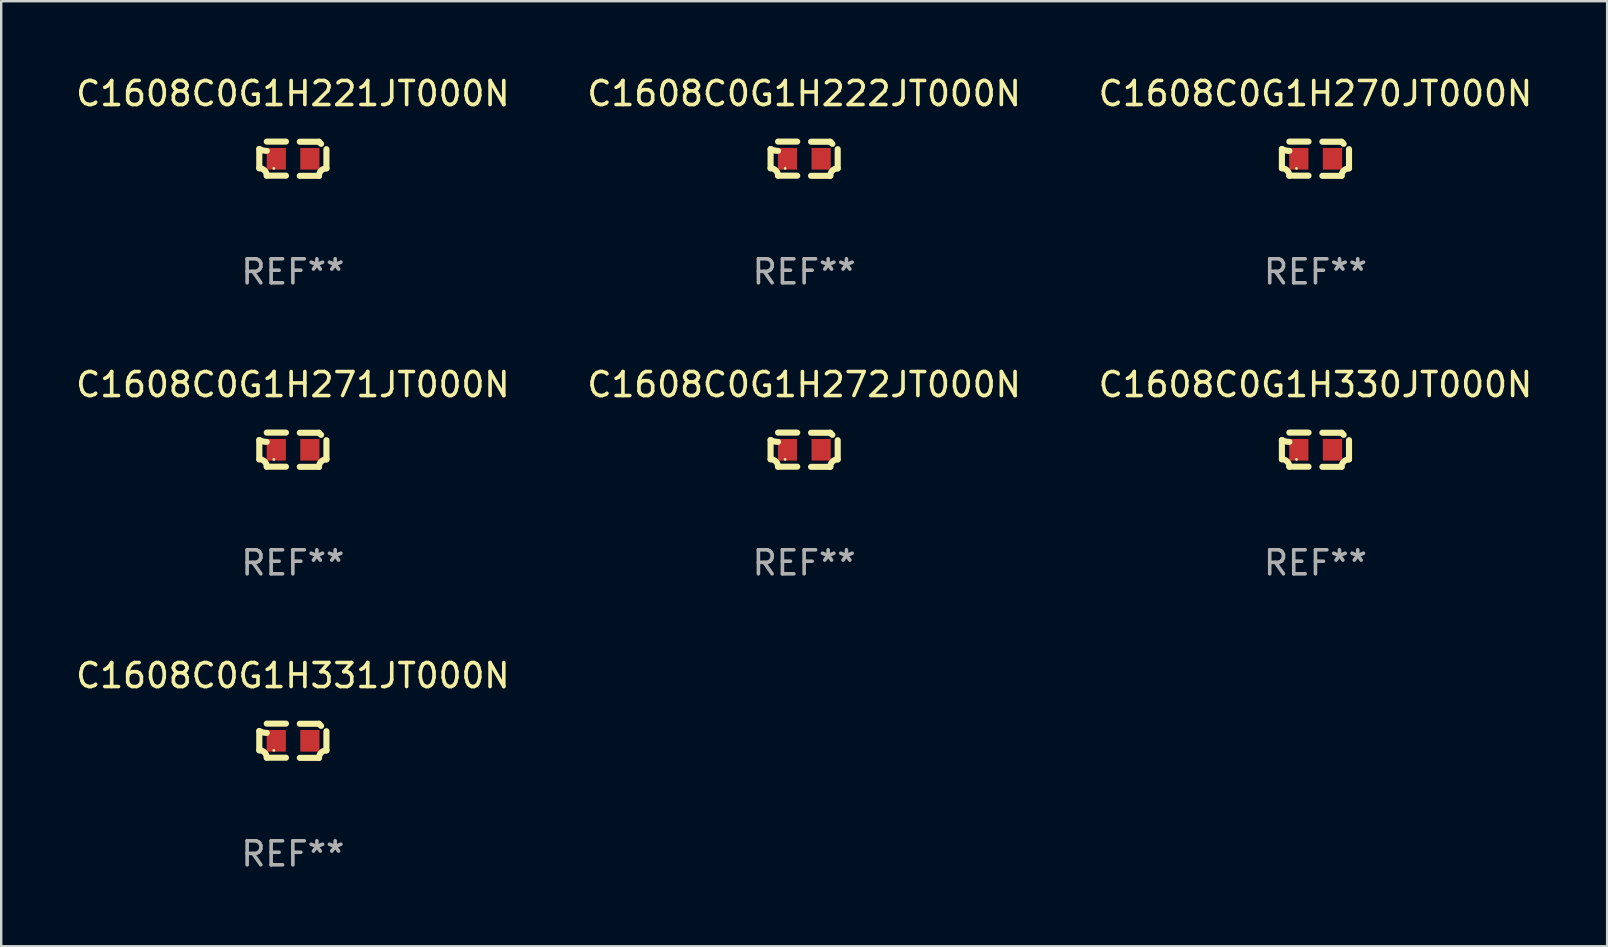
<source format=kicad_pcb>
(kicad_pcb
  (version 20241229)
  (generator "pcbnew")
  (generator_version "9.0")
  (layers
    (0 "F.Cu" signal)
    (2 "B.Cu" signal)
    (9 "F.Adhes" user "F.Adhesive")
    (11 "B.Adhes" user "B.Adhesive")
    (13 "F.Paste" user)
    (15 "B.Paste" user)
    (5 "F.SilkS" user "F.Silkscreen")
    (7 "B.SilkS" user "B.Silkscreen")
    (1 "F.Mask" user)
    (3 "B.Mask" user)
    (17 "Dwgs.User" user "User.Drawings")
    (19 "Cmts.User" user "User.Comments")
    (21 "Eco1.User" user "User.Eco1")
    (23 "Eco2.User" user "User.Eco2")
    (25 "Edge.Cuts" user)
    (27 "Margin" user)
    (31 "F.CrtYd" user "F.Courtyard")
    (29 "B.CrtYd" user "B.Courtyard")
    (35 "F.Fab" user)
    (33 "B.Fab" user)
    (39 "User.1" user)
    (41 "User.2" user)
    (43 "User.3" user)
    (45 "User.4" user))
  (footprint "C1608C0G1H331JT000N"
    (layer "F.Cu")
    (at 9.149 27.805)
    (property "Reference" "C1608C0G1H331JT000N" (at 0 -2.713 0) (layer "F.SilkS") (effects (font (size 1 1) (thickness 0.15))))
    (attr through_hole)
    (fp_line (start -1.398 -0.403) (end -1.398 0.397) (stroke (width 0.254) (type solid)) (layer "F.SilkS"))
    (fp_line (start -0.288 -0.713) (end -1.088 -0.713) (stroke (width 0.254) (type solid)) (layer "F.SilkS"))
    (fp_line (start -0.288 0.707) (end -1.088 0.707) (stroke (width 0.254) (type solid)) (layer "F.SilkS"))
    (fp_line (start 0.288 -0.707) (end 1.088 -0.707) (stroke (width 0.254) (type solid)) (layer "F.SilkS"))
    (fp_line (start 0.288 0.713) (end 1.088 0.713) (stroke (width 0.254) (type solid)) (layer "F.SilkS"))
    (fp_line (start 1.398 -0.397) (end 1.398 0.403) (stroke (width 0.254) (type solid)) (layer "F.SilkS"))
    (fp_arc (start -1.397789 0.397066) (mid -1.178701 0.487826) (end -1.08796 0.706922) (stroke (width 0.254001) (type solid)) (layer "F.SilkS"))
    (fp_arc (start -1.08796 -0.327176) (mid -1.247436 -0.346384) (end -1.39779 -0.402908) (stroke (width 0.254001) (type solid)) (layer "F.SilkS"))
    (fp_arc (start 1.087909 0.712738) (mid 1.178656 0.493655) (end 1.397739 0.402908) (stroke (width 0.254001) (type solid)) (layer "F.SilkS"))
    (fp_arc (start 1.175925 -0.618926) (mid 1.131917 -0.662923) (end 1.08791 -0.706922) (stroke (width 0.254001) (type solid)) (layer "F.SilkS"))
    (fp_circle (center -0.792 0.403) (end -0.762 0.403) (stroke (width 0.06) (type solid)) (fill no) (layer "F.SilkS"))
    (fp_text user "REF**" (at 0 4.713 0) (layer "F.Fab") (effects (font (size 1 1) (thickness 0.15))))
    (pad "1" smd rect (at -0.692 0.003) (size 0.8 0.9) (layers "F.Cu" "F.Mask" "F.Paste"))
    (pad "2" smd rect (at 0.708 0.003) (size 0.8 0.9) (layers "F.Cu" "F.Mask" "F.Paste")))
  (footprint "C1608C0G1H271JT000N"
    (layer "F.Cu")
    (at 9.149 15.683)
    (property "Reference" "C1608C0G1H271JT000N" (at 0 -2.713 0) (layer "F.SilkS") (effects (font (size 1 1) (thickness 0.15))))
    (attr through_hole)
    (fp_line (start -1.398 -0.403) (end -1.398 0.397) (stroke (width 0.254) (type solid)) (layer "F.SilkS"))
    (fp_line (start -0.288 -0.713) (end -1.088 -0.713) (stroke (width 0.254) (type solid)) (layer "F.SilkS"))
    (fp_line (start -0.288 0.707) (end -1.088 0.707) (stroke (width 0.254) (type solid)) (layer "F.SilkS"))
    (fp_line (start 0.288 -0.707) (end 1.088 -0.707) (stroke (width 0.254) (type solid)) (layer "F.SilkS"))
    (fp_line (start 0.288 0.713) (end 1.088 0.713) (stroke (width 0.254) (type solid)) (layer "F.SilkS"))
    (fp_line (start 1.398 -0.397) (end 1.398 0.403) (stroke (width 0.254) (type solid)) (layer "F.SilkS"))
    (fp_arc (start -1.397789 0.397066) (mid -1.178701 0.487826) (end -1.08796 0.706922) (stroke (width 0.254001) (type solid)) (layer "F.SilkS"))
    (fp_arc (start -1.08796 -0.327176) (mid -1.247436 -0.346384) (end -1.39779 -0.402908) (stroke (width 0.254001) (type solid)) (layer "F.SilkS"))
    (fp_arc (start 1.087909 0.712738) (mid 1.178656 0.493655) (end 1.397739 0.402908) (stroke (width 0.254001) (type solid)) (layer "F.SilkS"))
    (fp_arc (start 1.175925 -0.618926) (mid 1.131917 -0.662923) (end 1.08791 -0.706922) (stroke (width 0.254001) (type solid)) (layer "F.SilkS"))
    (fp_circle (center -0.792 0.403) (end -0.762 0.403) (stroke (width 0.06) (type solid)) (fill no) (layer "F.SilkS"))
    (fp_text user "REF**" (at 0 4.713 0) (layer "F.Fab") (effects (font (size 1 1) (thickness 0.15))))
    (pad "1" smd rect (at -0.692 0.003) (size 0.8 0.9) (layers "F.Cu" "F.Mask" "F.Paste"))
    (pad "2" smd rect (at 0.708 0.003) (size 0.8 0.9) (layers "F.Cu" "F.Mask" "F.Paste")))
  (footprint "C1608C0G1H330JT000N"
    (layer "F.Cu")
    (at 51.744 15.683)
    (property "Reference" "C1608C0G1H330JT000N" (at 0 -2.713 0) (layer "F.SilkS") (effects (font (size 1 1) (thickness 0.15))))
    (attr through_hole)
    (fp_line (start -1.398 -0.403) (end -1.398 0.397) (stroke (width 0.254) (type solid)) (layer "F.SilkS"))
    (fp_line (start -0.288 -0.713) (end -1.088 -0.713) (stroke (width 0.254) (type solid)) (layer "F.SilkS"))
    (fp_line (start -0.288 0.707) (end -1.088 0.707) (stroke (width 0.254) (type solid)) (layer "F.SilkS"))
    (fp_line (start 0.288 -0.707) (end 1.088 -0.707) (stroke (width 0.254) (type solid)) (layer "F.SilkS"))
    (fp_line (start 0.288 0.713) (end 1.088 0.713) (stroke (width 0.254) (type solid)) (layer "F.SilkS"))
    (fp_line (start 1.398 -0.397) (end 1.398 0.403) (stroke (width 0.254) (type solid)) (layer "F.SilkS"))
    (fp_arc (start -1.397789 0.397066) (mid -1.178701 0.487826) (end -1.08796 0.706922) (stroke (width 0.254001) (type solid)) (layer "F.SilkS"))
    (fp_arc (start -1.08796 -0.327176) (mid -1.247436 -0.346384) (end -1.39779 -0.402908) (stroke (width 0.254001) (type solid)) (layer "F.SilkS"))
    (fp_arc (start 1.087909 0.712738) (mid 1.178656 0.493655) (end 1.397739 0.402908) (stroke (width 0.254001) (type solid)) (layer "F.SilkS"))
    (fp_arc (start 1.175925 -0.618926) (mid 1.131917 -0.662923) (end 1.08791 -0.706922) (stroke (width 0.254001) (type solid)) (layer "F.SilkS"))
    (fp_circle (center -0.792 0.403) (end -0.762 0.403) (stroke (width 0.06) (type solid)) (fill no) (layer "F.SilkS"))
    (fp_text user "REF**" (at 0 4.713 0) (layer "F.Fab") (effects (font (size 1 1) (thickness 0.15))))
    (pad "1" smd rect (at -0.692 0.003) (size 0.8 0.9) (layers "F.Cu" "F.Mask" "F.Paste"))
    (pad "2" smd rect (at 0.708 0.003) (size 0.8 0.9) (layers "F.Cu" "F.Mask" "F.Paste")))
  (footprint "C1608C0G1H222JT000N"
    (layer "F.Cu")
    (at 30.446 3.561)
    (property "Reference" "C1608C0G1H222JT000N" (at 0 -2.713 0) (layer "F.SilkS") (effects (font (size 1 1) (thickness 0.15))))
    (attr through_hole)
    (fp_line (start -1.398 -0.403) (end -1.398 0.397) (stroke (width 0.254) (type solid)) (layer "F.SilkS"))
    (fp_line (start -0.288 -0.713) (end -1.088 -0.713) (stroke (width 0.254) (type solid)) (layer "F.SilkS"))
    (fp_line (start -0.288 0.707) (end -1.088 0.707) (stroke (width 0.254) (type solid)) (layer "F.SilkS"))
    (fp_line (start 0.288 -0.707) (end 1.088 -0.707) (stroke (width 0.254) (type solid)) (layer "F.SilkS"))
    (fp_line (start 0.288 0.713) (end 1.088 0.713) (stroke (width 0.254) (type solid)) (layer "F.SilkS"))
    (fp_line (start 1.398 -0.397) (end 1.398 0.403) (stroke (width 0.254) (type solid)) (layer "F.SilkS"))
    (fp_arc (start -1.397789 0.397066) (mid -1.178701 0.487826) (end -1.08796 0.706922) (stroke (width 0.254001) (type solid)) (layer "F.SilkS"))
    (fp_arc (start -1.08796 -0.327176) (mid -1.247436 -0.346384) (end -1.39779 -0.402908) (stroke (width 0.254001) (type solid)) (layer "F.SilkS"))
    (fp_arc (start 1.087909 0.712738) (mid 1.178656 0.493655) (end 1.397739 0.402908) (stroke (width 0.254001) (type solid)) (layer "F.SilkS"))
    (fp_arc (start 1.175925 -0.618926) (mid 1.131917 -0.662923) (end 1.08791 -0.706922) (stroke (width 0.254001) (type solid)) (layer "F.SilkS"))
    (fp_circle (center -0.792 0.403) (end -0.762 0.403) (stroke (width 0.06) (type solid)) (fill no) (layer "F.SilkS"))
    (fp_text user "REF**" (at 0 4.713 0) (layer "F.Fab") (effects (font (size 1 1) (thickness 0.15))))
    (pad "1" smd rect (at -0.692 0.003) (size 0.8 0.9) (layers "F.Cu" "F.Mask" "F.Paste"))
    (pad "2" smd rect (at 0.708 0.003) (size 0.8 0.9) (layers "F.Cu" "F.Mask" "F.Paste")))
  (footprint "C1608C0G1H221JT000N"
    (layer "F.Cu")
    (at 9.149 3.561)
    (property "Reference" "C1608C0G1H221JT000N" (at 0 -2.713 0) (layer "F.SilkS") (effects (font (size 1 1) (thickness 0.15))))
    (attr through_hole)
    (fp_line (start -1.398 -0.403) (end -1.398 0.397) (stroke (width 0.254) (type solid)) (layer "F.SilkS"))
    (fp_line (start -0.288 -0.713) (end -1.088 -0.713) (stroke (width 0.254) (type solid)) (layer "F.SilkS"))
    (fp_line (start -0.288 0.707) (end -1.088 0.707) (stroke (width 0.254) (type solid)) (layer "F.SilkS"))
    (fp_line (start 0.288 -0.707) (end 1.088 -0.707) (stroke (width 0.254) (type solid)) (layer "F.SilkS"))
    (fp_line (start 0.288 0.713) (end 1.088 0.713) (stroke (width 0.254) (type solid)) (layer "F.SilkS"))
    (fp_line (start 1.398 -0.397) (end 1.398 0.403) (stroke (width 0.254) (type solid)) (layer "F.SilkS"))
    (fp_arc (start -1.397789 0.397066) (mid -1.178701 0.487826) (end -1.08796 0.706922) (stroke (width 0.254001) (type solid)) (layer "F.SilkS"))
    (fp_arc (start -1.08796 -0.327176) (mid -1.247436 -0.346384) (end -1.39779 -0.402908) (stroke (width 0.254001) (type solid)) (layer "F.SilkS"))
    (fp_arc (start 1.087909 0.712738) (mid 1.178656 0.493655) (end 1.397739 0.402908) (stroke (width 0.254001) (type solid)) (layer "F.SilkS"))
    (fp_arc (start 1.175925 -0.618926) (mid 1.131917 -0.662923) (end 1.08791 -0.706922) (stroke (width 0.254001) (type solid)) (layer "F.SilkS"))
    (fp_circle (center -0.792 0.403) (end -0.762 0.403) (stroke (width 0.06) (type solid)) (fill no) (layer "F.SilkS"))
    (fp_text user "REF**" (at 0 4.713 0) (layer "F.Fab") (effects (font (size 1 1) (thickness 0.15))))
    (pad "1" smd rect (at -0.692 0.003) (size 0.8 0.9) (layers "F.Cu" "F.Mask" "F.Paste"))
    (pad "2" smd rect (at 0.708 0.003) (size 0.8 0.9) (layers "F.Cu" "F.Mask" "F.Paste")))
  (footprint "C1608C0G1H270JT000N"
    (layer "F.Cu")
    (at 51.744 3.561)
    (property "Reference" "C1608C0G1H270JT000N" (at 0 -2.713 0) (layer "F.SilkS") (effects (font (size 1 1) (thickness 0.15))))
    (attr through_hole)
    (fp_line (start -1.398 -0.403) (end -1.398 0.397) (stroke (width 0.254) (type solid)) (layer "F.SilkS"))
    (fp_line (start -0.288 -0.713) (end -1.088 -0.713) (stroke (width 0.254) (type solid)) (layer "F.SilkS"))
    (fp_line (start -0.288 0.707) (end -1.088 0.707) (stroke (width 0.254) (type solid)) (layer "F.SilkS"))
    (fp_line (start 0.288 -0.707) (end 1.088 -0.707) (stroke (width 0.254) (type solid)) (layer "F.SilkS"))
    (fp_line (start 0.288 0.713) (end 1.088 0.713) (stroke (width 0.254) (type solid)) (layer "F.SilkS"))
    (fp_line (start 1.398 -0.397) (end 1.398 0.403) (stroke (width 0.254) (type solid)) (layer "F.SilkS"))
    (fp_arc (start -1.397789 0.397066) (mid -1.178701 0.487826) (end -1.08796 0.706922) (stroke (width 0.254001) (type solid)) (layer "F.SilkS"))
    (fp_arc (start -1.08796 -0.327176) (mid -1.247436 -0.346384) (end -1.39779 -0.402908) (stroke (width 0.254001) (type solid)) (layer "F.SilkS"))
    (fp_arc (start 1.087909 0.712738) (mid 1.178656 0.493655) (end 1.397739 0.402908) (stroke (width 0.254001) (type solid)) (layer "F.SilkS"))
    (fp_arc (start 1.175925 -0.618926) (mid 1.131917 -0.662923) (end 1.08791 -0.706922) (stroke (width 0.254001) (type solid)) (layer "F.SilkS"))
    (fp_circle (center -0.792 0.403) (end -0.762 0.403) (stroke (width 0.06) (type solid)) (fill no) (layer "F.SilkS"))
    (fp_text user "REF**" (at 0 4.713 0) (layer "F.Fab") (effects (font (size 1 1) (thickness 0.15))))
    (pad "1" smd rect (at -0.692 0.003) (size 0.8 0.9) (layers "F.Cu" "F.Mask" "F.Paste"))
    (pad "2" smd rect (at 0.708 0.003) (size 0.8 0.9) (layers "F.Cu" "F.Mask" "F.Paste")))
  (footprint "C1608C0G1H272JT000N"
    (layer "F.Cu")
    (at 30.446 15.683)
    (property "Reference" "C1608C0G1H272JT000N" (at 0 -2.713 0) (layer "F.SilkS") (effects (font (size 1 1) (thickness 0.15))))
    (attr through_hole)
    (fp_line (start -1.398 -0.403) (end -1.398 0.397) (stroke (width 0.254) (type solid)) (layer "F.SilkS"))
    (fp_line (start -0.288 -0.713) (end -1.088 -0.713) (stroke (width 0.254) (type solid)) (layer "F.SilkS"))
    (fp_line (start -0.288 0.707) (end -1.088 0.707) (stroke (width 0.254) (type solid)) (layer "F.SilkS"))
    (fp_line (start 0.288 -0.707) (end 1.088 -0.707) (stroke (width 0.254) (type solid)) (layer "F.SilkS"))
    (fp_line (start 0.288 0.713) (end 1.088 0.713) (stroke (width 0.254) (type solid)) (layer "F.SilkS"))
    (fp_line (start 1.398 -0.397) (end 1.398 0.403) (stroke (width 0.254) (type solid)) (layer "F.SilkS"))
    (fp_arc (start -1.397789 0.397066) (mid -1.178701 0.487826) (end -1.08796 0.706922) (stroke (width 0.254001) (type solid)) (layer "F.SilkS"))
    (fp_arc (start -1.08796 -0.327176) (mid -1.247436 -0.346384) (end -1.39779 -0.402908) (stroke (width 0.254001) (type solid)) (layer "F.SilkS"))
    (fp_arc (start 1.087909 0.712738) (mid 1.178656 0.493655) (end 1.397739 0.402908) (stroke (width 0.254001) (type solid)) (layer "F.SilkS"))
    (fp_arc (start 1.175925 -0.618926) (mid 1.131917 -0.662923) (end 1.08791 -0.706922) (stroke (width 0.254001) (type solid)) (layer "F.SilkS"))
    (fp_circle (center -0.792 0.403) (end -0.762 0.403) (stroke (width 0.06) (type solid)) (fill no) (layer "F.SilkS"))
    (fp_text user "REF**" (at 0 4.713 0) (layer "F.Fab") (effects (font (size 1 1) (thickness 0.15))))
    (pad "1" smd rect (at -0.692 0.003) (size 0.8 0.9) (layers "F.Cu" "F.Mask" "F.Paste"))
    (pad "2" smd rect (at 0.708 0.003) (size 0.8 0.9) (layers "F.Cu" "F.Mask" "F.Paste")))
  (gr_rect
    (start -3 -3)
    (end 63.893 36.366)
    (stroke (width 0.1) (type default))
    (fill no)
    (layer "Edge.Cuts")))
</source>
